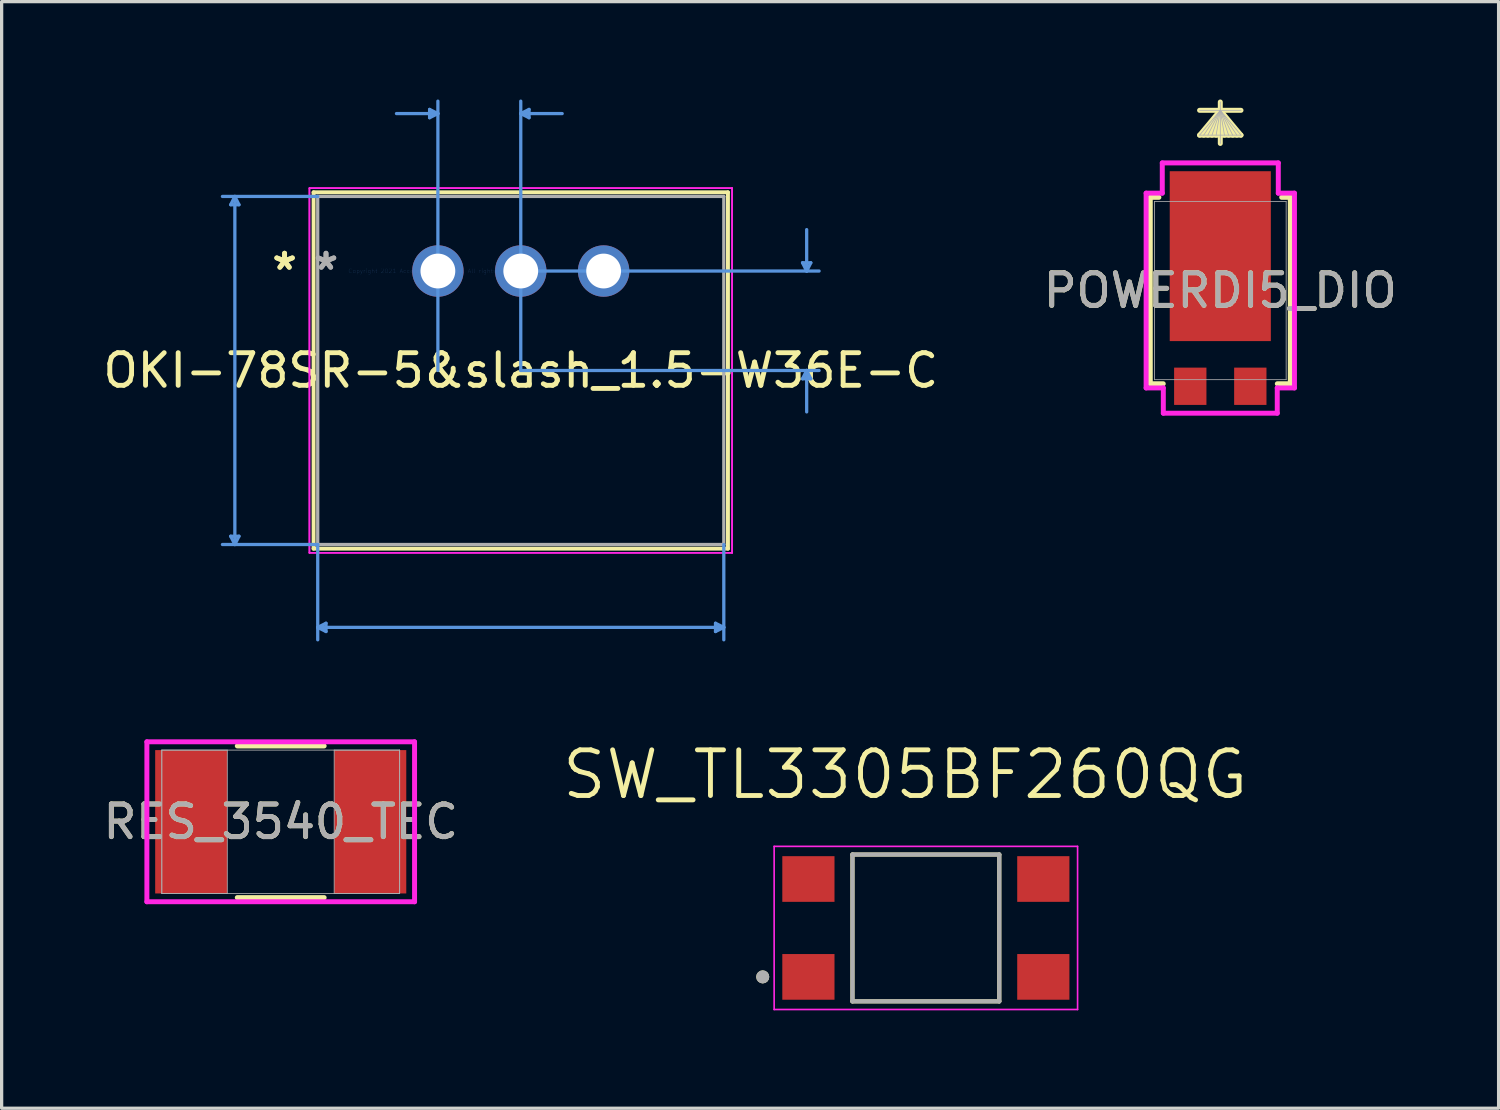
<source format=kicad_pcb>
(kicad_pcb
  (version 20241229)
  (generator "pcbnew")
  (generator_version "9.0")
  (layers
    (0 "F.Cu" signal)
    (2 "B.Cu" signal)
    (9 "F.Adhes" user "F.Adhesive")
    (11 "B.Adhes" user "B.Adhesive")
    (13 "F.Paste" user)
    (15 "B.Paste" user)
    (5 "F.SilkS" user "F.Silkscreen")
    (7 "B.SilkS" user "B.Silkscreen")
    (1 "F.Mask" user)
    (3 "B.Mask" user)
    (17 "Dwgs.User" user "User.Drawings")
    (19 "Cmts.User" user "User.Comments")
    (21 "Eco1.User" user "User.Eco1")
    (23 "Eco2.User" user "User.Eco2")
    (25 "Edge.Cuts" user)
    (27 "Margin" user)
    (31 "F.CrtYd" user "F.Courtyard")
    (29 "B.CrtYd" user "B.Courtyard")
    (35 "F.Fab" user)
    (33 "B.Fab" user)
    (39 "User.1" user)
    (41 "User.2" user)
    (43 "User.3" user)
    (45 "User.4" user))
  (footprint "OKI-78SR-5&slash_1.5-W36E-C"
    (layer "F.Cu")
    (at 10.371 5.257)
    (property "Reference" "OKI-78SR-5&slash_1.5-W36E-C" (at 2.54 3.048 0) (layer "F.SilkS") (effects (font (size 1 1) (thickness 0.15))))
    (attr through_hole)
    (fp_line (start -3.81 -2.413) (end -3.81 8.509) (stroke (width 0.12) (type solid)) (layer "F.SilkS"))
    (fp_line (start -3.81 8.509) (end 8.89 8.509) (stroke (width 0.12) (type solid)) (layer "F.SilkS"))
    (fp_line (start 8.89 -2.413) (end -3.81 -2.413) (stroke (width 0.12) (type solid)) (layer "F.SilkS"))
    (fp_line (start 8.89 8.509) (end 8.89 -2.413) (stroke (width 0.12) (type solid)) (layer "F.SilkS"))
    (fp_line (start -6.35 -2.032) (end -6.096 -2.032) (stroke (width 0.1) (type solid)) (layer "Cmts.User"))
    (fp_line (start -6.35 8.128) (end -6.096 8.128) (stroke (width 0.1) (type solid)) (layer "Cmts.User"))
    (fp_line (start -6.223 -2.286) (end -6.35 -2.032) (stroke (width 0.1) (type solid)) (layer "Cmts.User"))
    (fp_line (start -6.223 -2.286) (end -6.223 8.382) (stroke (width 0.1) (type solid)) (layer "Cmts.User"))
    (fp_line (start -6.223 -2.286) (end -6.096 -2.032) (stroke (width 0.1) (type solid)) (layer "Cmts.User"))
    (fp_line (start -6.223 8.382) (end -6.35 8.128) (stroke (width 0.1) (type solid)) (layer "Cmts.User"))
    (fp_line (start -6.223 8.382) (end -6.096 8.128) (stroke (width 0.1) (type solid)) (layer "Cmts.User"))
    (fp_line (start -3.683 -2.286) (end -6.604 -2.286) (stroke (width 0.1) (type solid)) (layer "Cmts.User"))
    (fp_line (start -3.683 8.382) (end -6.604 8.382) (stroke (width 0.1) (type solid)) (layer "Cmts.User"))
    (fp_line (start -3.683 8.382) (end -3.683 11.303) (stroke (width 0.1) (type solid)) (layer "Cmts.User"))
    (fp_line (start -3.683 10.922) (end -3.429 10.795) (stroke (width 0.1) (type solid)) (layer "Cmts.User"))
    (fp_line (start -3.683 10.922) (end -3.429 11.049) (stroke (width 0.1) (type solid)) (layer "Cmts.User"))
    (fp_line (start -3.683 10.922) (end 8.763 10.922) (stroke (width 0.1) (type solid)) (layer "Cmts.User"))
    (fp_line (start -3.429 10.795) (end -3.429 11.049) (stroke (width 0.1) (type solid)) (layer "Cmts.User"))
    (fp_line (start -0.254 -4.953) (end -0.254 -4.699) (stroke (width 0.1) (type solid)) (layer "Cmts.User"))
    (fp_line (start 0 -4.826) (end -1.27 -4.826) (stroke (width 0.1) (type solid)) (layer "Cmts.User"))
    (fp_line (start 0 -4.826) (end -0.254 -4.953) (stroke (width 0.1) (type solid)) (layer "Cmts.User"))
    (fp_line (start 0 -4.826) (end -0.254 -4.699) (stroke (width 0.1) (type solid)) (layer "Cmts.User"))
    (fp_line (start 0 3.048) (end 0 -5.207) (stroke (width 0.1) (type solid)) (layer "Cmts.User"))
    (fp_line (start 2.54 -4.826) (end 2.794 -4.953) (stroke (width 0.1) (type solid)) (layer "Cmts.User"))
    (fp_line (start 2.54 -4.826) (end 2.794 -4.699) (stroke (width 0.1) (type solid)) (layer "Cmts.User"))
    (fp_line (start 2.54 -4.826) (end 3.81 -4.826) (stroke (width 0.1) (type solid)) (layer "Cmts.User"))
    (fp_line (start 2.54 0) (end 11.684 0) (stroke (width 0.1) (type solid)) (layer "Cmts.User"))
    (fp_line (start 2.54 3.048) (end 2.54 -5.207) (stroke (width 0.1) (type solid)) (layer "Cmts.User"))
    (fp_line (start 2.54 3.048) (end 11.684 3.048) (stroke (width 0.1) (type solid)) (layer "Cmts.User"))
    (fp_line (start 2.794 -4.953) (end 2.794 -4.699) (stroke (width 0.1) (type solid)) (layer "Cmts.User"))
    (fp_line (start 8.509 10.795) (end 8.509 11.049) (stroke (width 0.1) (type solid)) (layer "Cmts.User"))
    (fp_line (start 8.763 8.382) (end 8.763 11.303) (stroke (width 0.1) (type solid)) (layer "Cmts.User"))
    (fp_line (start 8.763 10.922) (end 8.509 10.795) (stroke (width 0.1) (type solid)) (layer "Cmts.User"))
    (fp_line (start 8.763 10.922) (end 8.509 11.049) (stroke (width 0.1) (type solid)) (layer "Cmts.User"))
    (fp_line (start 11.176 -0.254) (end 11.43 -0.254) (stroke (width 0.1) (type solid)) (layer "Cmts.User"))
    (fp_line (start 11.176 3.302) (end 11.43 3.302) (stroke (width 0.1) (type solid)) (layer "Cmts.User"))
    (fp_line (start 11.303 0) (end 11.176 -0.254) (stroke (width 0.1) (type solid)) (layer "Cmts.User"))
    (fp_line (start 11.303 0) (end 11.303 -1.27) (stroke (width 0.1) (type solid)) (layer "Cmts.User"))
    (fp_line (start 11.303 0) (end 11.43 -0.254) (stroke (width 0.1) (type solid)) (layer "Cmts.User"))
    (fp_line (start 11.303 3.048) (end 11.176 3.302) (stroke (width 0.1) (type solid)) (layer "Cmts.User"))
    (fp_line (start 11.303 3.048) (end 11.303 4.318) (stroke (width 0.1) (type solid)) (layer "Cmts.User"))
    (fp_line (start 11.303 3.048) (end 11.43 3.302) (stroke (width 0.1) (type solid)) (layer "Cmts.User"))
    (fp_line (start -3.937 -2.54) (end 9.017 -2.54) (stroke (width 0.05) (type solid)) (layer "F.CrtYd"))
    (fp_line (start -3.937 -2.54) (end 9.017 -2.54) (stroke (width 0.05) (type solid)) (layer "F.CrtYd"))
    (fp_line (start -3.937 8.636) (end -3.937 -2.54) (stroke (width 0.05) (type solid)) (layer "F.CrtYd"))
    (fp_line (start -3.937 8.636) (end -3.937 -2.54) (stroke (width 0.05) (type solid)) (layer "F.CrtYd"))
    (fp_line (start 9.017 -2.54) (end 9.017 8.636) (stroke (width 0.05) (type solid)) (layer "F.CrtYd"))
    (fp_line (start 9.017 -2.54) (end 9.017 8.636) (stroke (width 0.05) (type solid)) (layer "F.CrtYd"))
    (fp_line (start 9.017 8.636) (end -3.937 8.636) (stroke (width 0.05) (type solid)) (layer "F.CrtYd"))
    (fp_line (start 9.017 8.636) (end -3.937 8.636) (stroke (width 0.05) (type solid)) (layer "F.CrtYd"))
    (fp_line (start -3.683 -2.286) (end -3.683 8.382) (stroke (width 0.1) (type solid)) (layer "F.Fab"))
    (fp_line (start -3.683 8.382) (end 8.763 8.382) (stroke (width 0.1) (type solid)) (layer "F.Fab"))
    (fp_line (start 8.763 -2.286) (end -3.683 -2.286) (stroke (width 0.1) (type solid)) (layer "F.Fab"))
    (fp_line (start 8.763 8.382) (end 8.763 -2.286) (stroke (width 0.1) (type solid)) (layer "F.Fab"))
    (fp_text user "*" (at -4.699 0 0) (layer "F.SilkS") (effects (font (size 1 1) (thickness 0.15))))
    (fp_text user "*" (at -4.699 0 0) (layer "F.SilkS") (effects (font (size 1 1) (thickness 0.15))))
    (fp_text user "Copyright 2021 Accelerated Designs. All rights reserved." (at 0 0 0) (layer "Cmts.User") (effects (font (size 0.127 0.127) (thickness 0.002))))
    (fp_text user "*" (at -3.429 0 0) (layer "F.Fab") (effects (font (size 1 1) (thickness 0.15))))
    (fp_text user "*" (at -3.429 0 0) (layer "F.Fab") (effects (font (size 1 1) (thickness 0.15))))
    (pad "1" thru_hole circle (at 0 0) (size 1.575 1.575) (drill 1.067) (layers "*.Cu" "*.Mask"))
    (pad "2" thru_hole circle (at 2.54 0) (size 1.575 1.575) (drill 1.067) (layers "*.Cu" "*.Mask"))
    (pad "3" thru_hole circle (at 5.08 0) (size 1.575 1.575) (drill 1.067) (layers "*.Cu" "*.Mask")))
  (footprint "RES_3540_TEC"
    (layer "F.Cu")
    (at 5.554 22.137)
    (property "Reference" "RES_3540_TEC" (at 0 0 0) (unlocked yes) (layer "F.SilkS") (effects (font (size 1 1) (thickness 0.15))))
    (attr smd)
    (fp_line (start -1.331 2.324) (end 1.331 2.324) (stroke (width 0.152) (type solid)) (layer "F.SilkS"))
    (fp_line (start 1.331 -2.324) (end -1.331 -2.324) (stroke (width 0.152) (type solid)) (layer "F.SilkS"))
    (fp_line (start -4.102 -2.451) (end 4.102 -2.451) (stroke (width 0.152) (type solid)) (layer "F.CrtYd"))
    (fp_line (start -4.102 2.451) (end -4.102 -2.451) (stroke (width 0.152) (type solid)) (layer "F.CrtYd"))
    (fp_line (start 4.102 -2.451) (end 4.102 2.451) (stroke (width 0.152) (type solid)) (layer "F.CrtYd"))
    (fp_line (start 4.102 2.451) (end -4.102 2.451) (stroke (width 0.152) (type solid)) (layer "F.CrtYd"))
    (fp_line (start -3.645 -2.197) (end -3.645 2.197) (stroke (width 0.025) (type solid)) (layer "F.Fab"))
    (fp_line (start -3.645 -2.197) (end -3.645 2.197) (stroke (width 0.025) (type solid)) (layer "F.Fab"))
    (fp_line (start -3.645 2.197) (end -1.638 2.197) (stroke (width 0.025) (type solid)) (layer "F.Fab"))
    (fp_line (start -3.645 2.197) (end 3.645 2.197) (stroke (width 0.025) (type solid)) (layer "F.Fab"))
    (fp_line (start -1.638 -2.197) (end -3.645 -2.197) (stroke (width 0.025) (type solid)) (layer "F.Fab"))
    (fp_line (start -1.638 2.197) (end -1.638 -2.197) (stroke (width 0.025) (type solid)) (layer "F.Fab"))
    (fp_line (start 1.638 -2.197) (end 1.638 2.197) (stroke (width 0.025) (type solid)) (layer "F.Fab"))
    (fp_line (start 1.638 2.197) (end 3.645 2.197) (stroke (width 0.025) (type solid)) (layer "F.Fab"))
    (fp_line (start 3.645 -2.197) (end -3.645 -2.197) (stroke (width 0.025) (type solid)) (layer "F.Fab"))
    (fp_line (start 3.645 -2.197) (end 1.638 -2.197) (stroke (width 0.025) (type solid)) (layer "F.Fab"))
    (fp_line (start 3.645 2.197) (end 3.645 -2.197) (stroke (width 0.025) (type solid)) (layer "F.Fab"))
    (fp_line (start 3.645 2.197) (end 3.645 -2.197) (stroke (width 0.025) (type solid)) (layer "F.Fab"))
    (fp_text user "${REFERENCE}" (at 0 0 0) (unlocked yes) (layer "F.Fab") (effects (font (size 1 1) (thickness 0.15))))
    (pad "1" smd rect (at -2.743 0) (size 2.21 4.394) (layers "F.Cu" "F.Mask" "F.Paste"))
    (pad "2" smd rect (at 2.743 0) (size 2.21 4.394) (layers "F.Cu" "F.Mask" "F.Paste"))
    (zone (net_name "") (layer "F.Cu") (hatch full 0.508) (connect_pads) (min_thickness 0.254) (filled_areas_thickness no) (keepout (tracks not_allowed) (vias not_allowed) (pads allowed) (copperpour not_allowed) (footprints allowed)) (placement (enabled no)) (fill) (polygon (pts (xy 3.966 19.991) (xy 7.141 19.991) (xy 7.141 24.284) (xy 3.966 24.284)))))
  (footprint "SW_TL3305BF260QG"
    (layer "F.Cu")
    (at 25.327 25.391)
    (property "Reference" "SW_TL3305BF260QG" (at -0.635 -4.699 0) (layer "F.SilkS") (effects (font (size 1.4 1.4) (thickness 0.15))))
    (attr smd)
    (fp_line (start -2.25 -2.25) (end -2.25 2.25) (stroke (width 0.127) (type solid)) (layer "F.SilkS"))
    (fp_line (start -2.25 2.25) (end 2.25 2.25) (stroke (width 0.127) (type solid)) (layer "F.SilkS"))
    (fp_line (start 2.25 -2.25) (end -2.25 -2.25) (stroke (width 0.127) (type solid)) (layer "F.SilkS"))
    (fp_line (start 2.25 2.25) (end 2.25 -2.25) (stroke (width 0.127) (type solid)) (layer "F.SilkS"))
    (fp_circle (center -5 1.5) (end -4.9 1.5) (stroke (width 0.2) (type solid)) (fill no) (layer "F.SilkS"))
    (fp_line (start -4.65 -2.5) (end 4.65 -2.5) (stroke (width 0.05) (type solid)) (layer "F.CrtYd"))
    (fp_line (start -4.65 2.5) (end -4.65 -2.5) (stroke (width 0.05) (type solid)) (layer "F.CrtYd"))
    (fp_line (start 4.65 -2.5) (end 4.65 2.5) (stroke (width 0.05) (type solid)) (layer "F.CrtYd"))
    (fp_line (start 4.65 2.5) (end -4.65 2.5) (stroke (width 0.05) (type solid)) (layer "F.CrtYd"))
    (fp_line (start -2.25 -2.25) (end 2.25 -2.25) (stroke (width 0.127) (type solid)) (layer "F.Fab"))
    (fp_line (start -2.25 2.25) (end -2.25 -2.25) (stroke (width 0.127) (type solid)) (layer "F.Fab"))
    (fp_line (start 2.25 -2.25) (end 2.25 2.25) (stroke (width 0.127) (type solid)) (layer "F.Fab"))
    (fp_line (start 2.25 2.25) (end -2.25 2.25) (stroke (width 0.127) (type solid)) (layer "F.Fab"))
    (fp_circle (center -5 1.5) (end -4.9 1.5) (stroke (width 0.2) (type solid)) (fill no) (layer "F.Fab"))
    (pad "1" smd rect (at -3.6 1.5) (size 1.6 1.4) (layers "F.Cu" "F.Mask" "F.Paste"))
    (pad "1" smd rect (at 3.6 1.5) (size 1.6 1.4) (layers "F.Cu" "F.Mask" "F.Paste"))
    (pad "2" smd rect (at -3.6 -1.5) (size 1.6 1.4) (layers "F.Cu" "F.Mask" "F.Paste"))
    (pad "2" smd rect (at 3.6 -1.5) (size 1.6 1.4) (layers "F.Cu" "F.Mask" "F.Paste")))
  (footprint "POWERDI5_DIO"
    (layer "F.Cu")
    (at 34.351 5.855)
    (property "Reference" "POWERDI5_DIO" (at 0 0 0) (unlocked yes) (layer "F.SilkS") (effects (font (size 1 1) (thickness 0.15))))
    (attr smd)
    (fp_line (start -2.146 -2.857) (end -2.146 2.857) (stroke (width 0.152) (type solid)) (layer "F.SilkS"))
    (fp_line (start -2.146 2.857) (end -1.748 2.857) (stroke (width 0.152) (type solid)) (layer "F.SilkS"))
    (fp_line (start -1.882 -2.857) (end -2.146 -2.857) (stroke (width 0.152) (type solid)) (layer "F.SilkS"))
    (fp_line (start 0 -5.524) (end -0.635 -4.763) (stroke (width 0.152) (type solid)) (layer "F.SilkS"))
    (fp_line (start 0 -5.524) (end -0.508 -4.763) (stroke (width 0.152) (type solid)) (layer "F.SilkS"))
    (fp_line (start 0 -5.524) (end -0.381 -4.763) (stroke (width 0.152) (type solid)) (layer "F.SilkS"))
    (fp_line (start 0 -5.524) (end -0.254 -4.763) (stroke (width 0.152) (type solid)) (layer "F.SilkS"))
    (fp_line (start 0 -5.524) (end -0.127 -4.763) (stroke (width 0.152) (type solid)) (layer "F.SilkS"))
    (fp_line (start 0 -5.524) (end 0.127 -4.763) (stroke (width 0.152) (type solid)) (layer "F.SilkS"))
    (fp_line (start 0 -5.524) (end 0.254 -4.763) (stroke (width 0.152) (type solid)) (layer "F.SilkS"))
    (fp_line (start 0 -5.524) (end 0.381 -4.763) (stroke (width 0.152) (type solid)) (layer "F.SilkS"))
    (fp_line (start 0 -5.524) (end 0.508 -4.763) (stroke (width 0.152) (type solid)) (layer "F.SilkS"))
    (fp_line (start 0 -5.524) (end 0.635 -4.763) (stroke (width 0.152) (type solid)) (layer "F.SilkS"))
    (fp_line (start 0 -4.508) (end 0 -5.779) (stroke (width 0.152) (type solid)) (layer "F.SilkS"))
    (fp_line (start 0.635 -5.524) (end -0.635 -5.524) (stroke (width 0.152) (type solid)) (layer "F.SilkS"))
    (fp_line (start 0.635 -4.763) (end -0.635 -4.763) (stroke (width 0.152) (type solid)) (layer "F.SilkS"))
    (fp_line (start 1.748 2.857) (end 2.146 2.857) (stroke (width 0.152) (type solid)) (layer "F.SilkS"))
    (fp_line (start 2.146 -2.857) (end 1.882 -2.857) (stroke (width 0.152) (type solid)) (layer "F.SilkS"))
    (fp_line (start 2.146 2.857) (end 2.146 -2.857) (stroke (width 0.152) (type solid)) (layer "F.SilkS"))
    (fp_line (start -2.273 -2.985) (end -1.778 -2.985) (stroke (width 0.152) (type solid)) (layer "F.CrtYd"))
    (fp_line (start -2.273 2.985) (end -2.273 -2.985) (stroke (width 0.152) (type solid)) (layer "F.CrtYd"))
    (fp_line (start -1.778 -3.912) (end -1.778 -2.985) (stroke (width 0.152) (type solid)) (layer "F.CrtYd"))
    (fp_line (start -1.778 -3.912) (end 1.778 -3.912) (stroke (width 0.152) (type solid)) (layer "F.CrtYd"))
    (fp_line (start -1.746 2.985) (end -2.273 2.985) (stroke (width 0.152) (type solid)) (layer "F.CrtYd"))
    (fp_line (start -1.746 2.985) (end -1.746 3.759) (stroke (width 0.152) (type solid)) (layer "F.CrtYd"))
    (fp_line (start -1.746 3.759) (end 1.746 3.759) (stroke (width 0.152) (type solid)) (layer "F.CrtYd"))
    (fp_line (start 1.746 2.985) (end 1.746 3.759) (stroke (width 0.152) (type solid)) (layer "F.CrtYd"))
    (fp_line (start 1.778 -3.912) (end 1.778 -2.985) (stroke (width 0.152) (type solid)) (layer "F.CrtYd"))
    (fp_line (start 2.273 -2.985) (end 1.778 -2.985) (stroke (width 0.152) (type solid)) (layer "F.CrtYd"))
    (fp_line (start 2.273 -2.985) (end 2.273 2.985) (stroke (width 0.152) (type solid)) (layer "F.CrtYd"))
    (fp_line (start 2.273 2.985) (end 1.746 2.985) (stroke (width 0.152) (type solid)) (layer "F.CrtYd"))
    (fp_line (start -2.019 -2.731) (end -2.019 2.731) (stroke (width 0.025) (type solid)) (layer "F.Fab"))
    (fp_line (start -2.019 2.731) (end 2.019 2.731) (stroke (width 0.025) (type solid)) (layer "F.Fab"))
    (fp_line (start 0 -5.524) (end -0.635 -4.763) (stroke (width 0.025) (type solid)) (layer "F.Fab"))
    (fp_line (start 0 -5.524) (end -0.508 -4.763) (stroke (width 0.025) (type solid)) (layer "F.Fab"))
    (fp_line (start 0 -5.524) (end -0.381 -4.763) (stroke (width 0.025) (type solid)) (layer "F.Fab"))
    (fp_line (start 0 -5.524) (end -0.254 -4.763) (stroke (width 0.025) (type solid)) (layer "F.Fab"))
    (fp_line (start 0 -5.524) (end -0.127 -4.763) (stroke (width 0.025) (type solid)) (layer "F.Fab"))
    (fp_line (start 0 -5.524) (end 0.127 -4.763) (stroke (width 0.025) (type solid)) (layer "F.Fab"))
    (fp_line (start 0 -5.524) (end 0.254 -4.763) (stroke (width 0.025) (type solid)) (layer "F.Fab"))
    (fp_line (start 0 -5.524) (end 0.381 -4.763) (stroke (width 0.025) (type solid)) (layer "F.Fab"))
    (fp_line (start 0 -5.524) (end 0.508 -4.763) (stroke (width 0.025) (type solid)) (layer "F.Fab"))
    (fp_line (start 0 -5.524) (end 0.635 -4.763) (stroke (width 0.025) (type solid)) (layer "F.Fab"))
    (fp_line (start 0 -4.508) (end 0 -5.779) (stroke (width 0.025) (type solid)) (layer "F.Fab"))
    (fp_line (start 0.635 -5.524) (end -0.635 -5.524) (stroke (width 0.025) (type solid)) (layer "F.Fab"))
    (fp_line (start 0.635 -4.763) (end -0.635 -4.763) (stroke (width 0.025) (type solid)) (layer "F.Fab"))
    (fp_line (start 2.019 -2.731) (end -2.019 -2.731) (stroke (width 0.025) (type solid)) (layer "F.Fab"))
    (fp_line (start 2.019 2.731) (end 2.019 -2.731) (stroke (width 0.025) (type solid)) (layer "F.Fab"))
    (fp_text user "${REFERENCE}" (at 0 0 0) (unlocked yes) (layer "F.Fab") (effects (font (size 1 1) (thickness 0.15))))
    (pad "1" smd rect (at -0.92 2.934 90) (size 1.143 0.991) (layers "F.Cu" "F.Mask" "F.Paste"))
    (pad "2" smd rect (at 0.92 2.934 90) (size 1.143 0.991) (layers "F.Cu" "F.Mask" "F.Paste"))
    (pad "3" smd rect (at 0 -1.054 90) (size 5.207 3.099) (layers "F.Cu" "F.Mask" "F.Paste")))
  (gr_rect
    (start -3 -3)
    (end 42.881 30.916)
    (stroke (width 0.1) (type default))
    (fill no)
    (layer "Edge.Cuts")))
</source>
